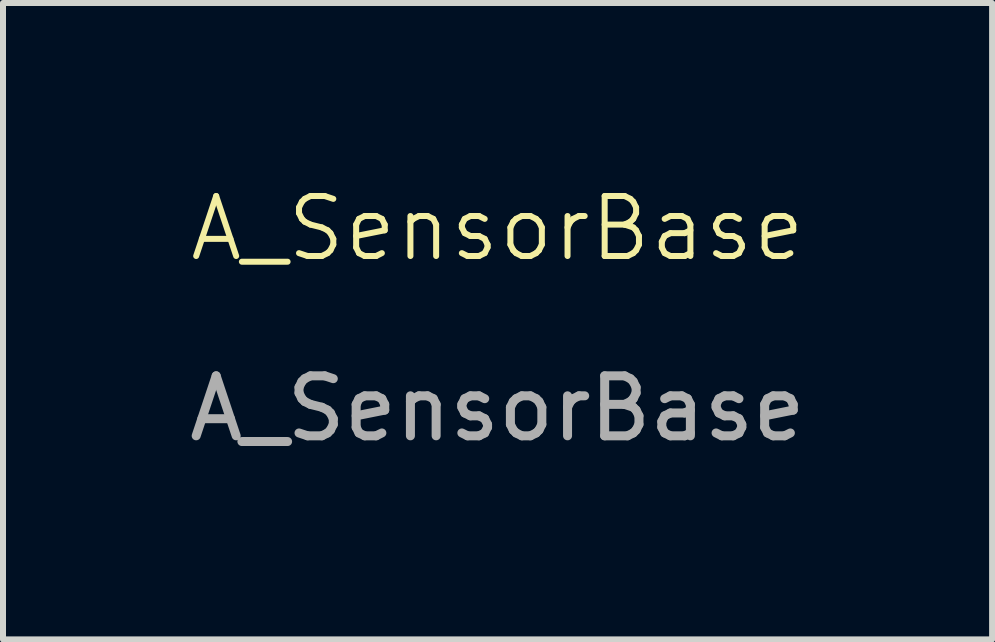
<source format=kicad_pcb>
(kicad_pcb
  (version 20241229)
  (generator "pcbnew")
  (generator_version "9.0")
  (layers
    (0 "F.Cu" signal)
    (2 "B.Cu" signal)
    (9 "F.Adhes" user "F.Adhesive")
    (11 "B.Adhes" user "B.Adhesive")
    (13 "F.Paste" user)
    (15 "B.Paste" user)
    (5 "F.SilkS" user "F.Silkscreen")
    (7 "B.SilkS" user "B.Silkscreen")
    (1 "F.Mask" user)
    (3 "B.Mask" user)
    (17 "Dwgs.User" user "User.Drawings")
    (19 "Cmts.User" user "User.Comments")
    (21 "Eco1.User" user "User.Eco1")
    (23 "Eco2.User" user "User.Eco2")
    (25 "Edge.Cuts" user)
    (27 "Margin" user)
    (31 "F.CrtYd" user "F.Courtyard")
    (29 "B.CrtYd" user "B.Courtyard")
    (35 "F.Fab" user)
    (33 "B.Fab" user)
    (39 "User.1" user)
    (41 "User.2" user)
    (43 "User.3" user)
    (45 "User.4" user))
  (footprint "A_SensorBase"
    (layer "F.Cu")
    (at 5.244 1.26)
    (property "Reference" "A_SensorBase" (at 0 -0.5 0) (unlocked yes) (layer "F.SilkS") (effects (font (size 1 1) (thickness 0.1))))
    (attr smd)
    (fp_text user "${REFERENCE}" (at 0 2.5 0) (unlocked yes) (layer "F.Fab") (effects (font (size 1 1) (thickness 0.15)))))
  (gr_rect
    (start -3 -3)
    (end 13.488 7.609)
    (stroke (width 0.1) (type default))
    (fill no)
    (layer "Edge.Cuts")))
</source>
